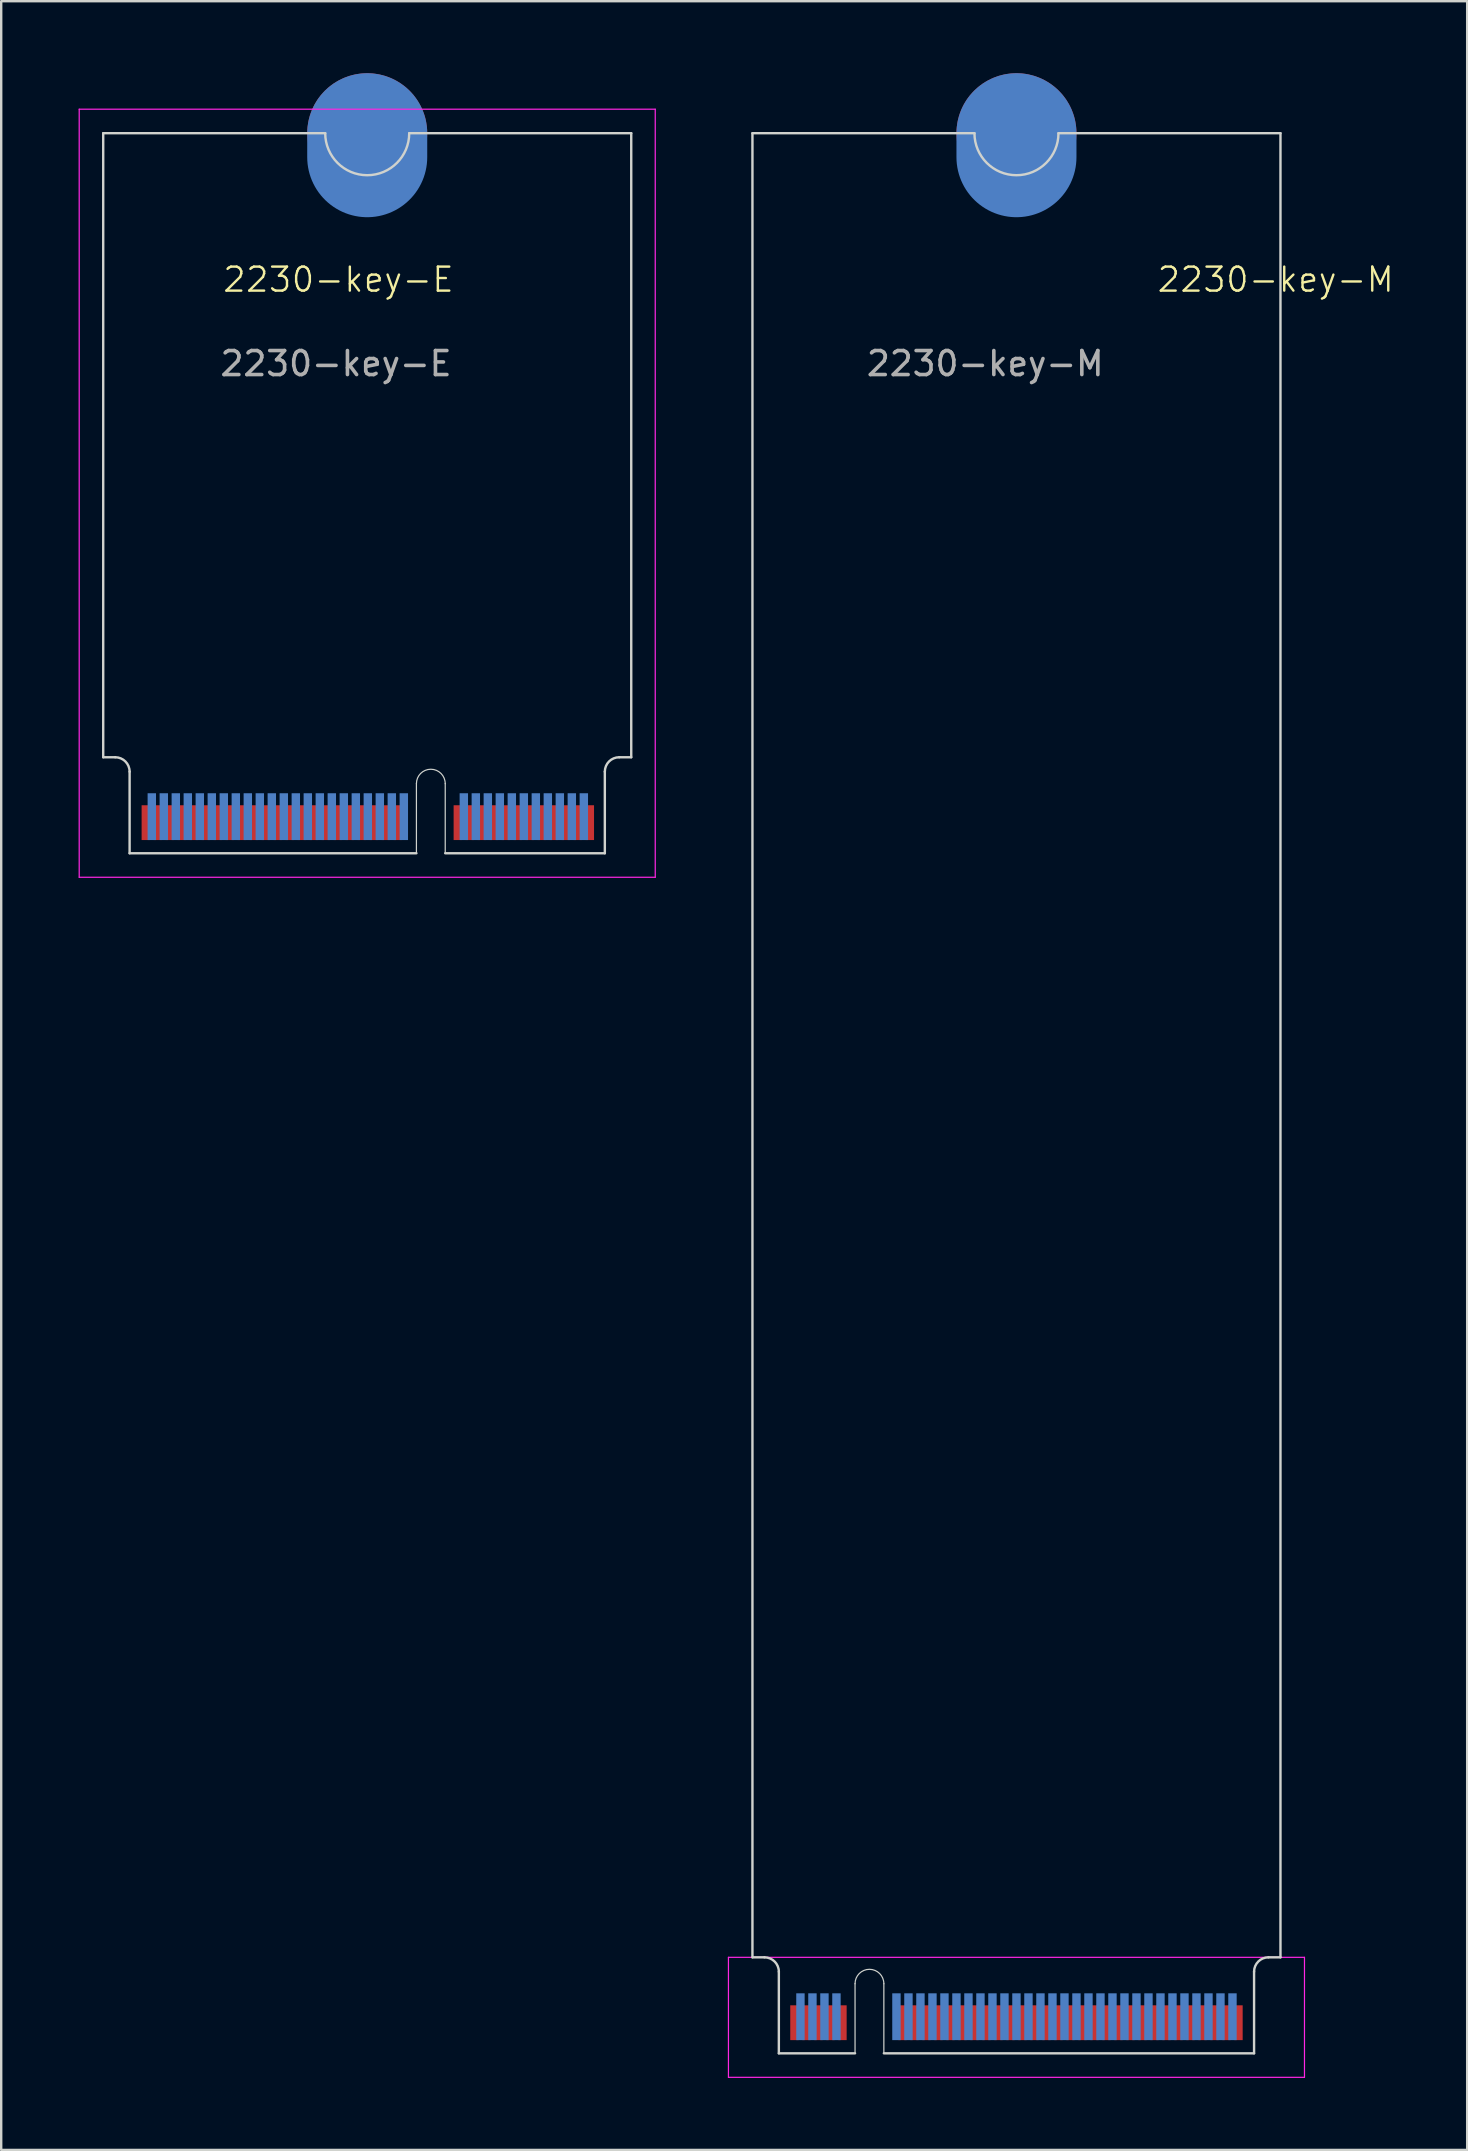
<source format=kicad_pcb>
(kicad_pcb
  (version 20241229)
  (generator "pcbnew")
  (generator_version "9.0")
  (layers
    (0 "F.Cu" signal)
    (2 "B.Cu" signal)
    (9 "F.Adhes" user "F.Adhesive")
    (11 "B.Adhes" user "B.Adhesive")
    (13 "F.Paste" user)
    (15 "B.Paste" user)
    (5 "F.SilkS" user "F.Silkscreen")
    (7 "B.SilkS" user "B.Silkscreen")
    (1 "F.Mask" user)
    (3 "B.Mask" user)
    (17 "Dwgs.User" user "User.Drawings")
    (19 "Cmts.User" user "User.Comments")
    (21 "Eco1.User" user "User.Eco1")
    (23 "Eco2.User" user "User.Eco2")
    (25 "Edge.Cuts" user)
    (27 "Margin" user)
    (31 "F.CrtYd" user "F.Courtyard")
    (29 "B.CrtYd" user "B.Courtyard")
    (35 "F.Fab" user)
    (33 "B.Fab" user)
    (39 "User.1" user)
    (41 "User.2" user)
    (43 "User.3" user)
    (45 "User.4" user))
  (footprint "2230-key-M"
    (layer "F.Cu")
    (at 39.3 1.5)
    (property "Reference" "2230-key-M" (at 10.8 7.1 0) (unlocked yes) (layer "F.SilkS") (effects (font (size 1 1) (thickness 0.1))))
    (attr smd)
    (fp_line (start -11 1) (end -11 77) (stroke (width 0.1) (type solid)) (layer "Edge.Cuts"))
    (fp_line (start -11 1) (end -1.75 1) (stroke (width 0.1) (type default)) (layer "Edge.Cuts"))
    (fp_line (start -11 77) (end -10.5 77) (stroke (width 0.1) (type default)) (layer "Edge.Cuts"))
    (fp_line (start -9.9 77.6) (end -9.9 81) (stroke (width 0.1) (type default)) (layer "Edge.Cuts"))
    (fp_line (start -9.9 81) (end -6.725 81) (stroke (width 0.1) (type solid)) (layer "Edge.Cuts"))
    (fp_line (start -6.725 81) (end -6.725 78.1) (stroke (width 0.05) (type default)) (layer "Edge.Cuts"))
    (fp_line (start -5.525 78.1) (end -5.525 81) (stroke (width 0.05) (type default)) (layer "Edge.Cuts"))
    (fp_line (start -5.525 81) (end 9.9 81) (stroke (width 0.1) (type solid)) (layer "Edge.Cuts"))
    (fp_line (start 9.9 77.6) (end 9.9 81) (stroke (width 0.1) (type default)) (layer "Edge.Cuts"))
    (fp_line (start 11 1) (end 1.75 1) (stroke (width 0.1) (type default)) (layer "Edge.Cuts"))
    (fp_line (start 11 1) (end 11 77) (stroke (width 0.1) (type solid)) (layer "Edge.Cuts"))
    (fp_line (start 11 77) (end 10.5 77) (stroke (width 0.1) (type default)) (layer "Edge.Cuts"))
    (fp_arc (start -10.5 77) (mid -10.075736 77.175736) (end -9.9 77.6) (stroke (width 0.1) (type default)) (layer "Edge.Cuts"))
    (fp_arc (start -6.725 78.1) (mid -6.125 77.5) (end -5.525 78.1) (stroke (width 0.05) (type default)) (layer "Edge.Cuts"))
    (fp_arc (start 1.75 1) (mid 0 2.75) (end -1.75 1) (stroke (width 0.1) (type default)) (layer "Edge.Cuts"))
    (fp_arc (start 9.9 77.6) (mid 10.075736 77.175736) (end 10.5 77) (stroke (width 0.1) (type default)) (layer "Edge.Cuts"))
    (fp_line (start -12 77) (end -12 82) (stroke (width 0.05) (type solid)) (layer "F.CrtYd"))
    (fp_line (start -12 82) (end 12 82) (stroke (width 0.05) (type default)) (layer "F.CrtYd"))
    (fp_line (start 12 77) (end -12 77) (stroke (width 0.05) (type default)) (layer "F.CrtYd"))
    (fp_line (start 12 82) (end 12 77) (stroke (width 0.05) (type solid)) (layer "F.CrtYd"))
    (fp_text user "${REFERENCE}" (at -1.3 10.6 0) (unlocked yes) (layer "F.Fab") (effects (font (size 1 1) (thickness 0.15))))
    (pad "1" connect rect (at 9.25 79.725) (size 0.35 1.45) (layers "F.Cu" "F.Mask"))
    (pad "2" connect rect (at 9 79.475) (size 0.35 1.95) (layers "B.Cu" "B.Mask"))
    (pad "3" connect rect (at 8.75 79.725) (size 0.35 1.45) (layers "F.Cu" "F.Mask"))
    (pad "4" connect rect (at 8.5 79.475) (size 0.35 1.95) (layers "B.Cu" "B.Mask"))
    (pad "5" connect rect (at 8.25 79.725) (size 0.35 1.45) (layers "F.Cu" "F.Mask"))
    (pad "6" connect rect (at 8 79.475) (size 0.35 1.95) (layers "B.Cu" "B.Mask"))
    (pad "7" connect rect (at 7.75 79.725) (size 0.35 1.45) (layers "F.Cu" "F.Mask"))
    (pad "8" connect rect (at 7.5 79.475) (size 0.35 1.95) (layers "B.Cu" "B.Mask"))
    (pad "9" connect rect (at 7.25 79.725) (size 0.35 1.45) (layers "F.Cu" "F.Mask"))
    (pad "10" connect rect (at 7 79.475) (size 0.35 1.95) (layers "B.Cu" "B.Mask"))
    (pad "11" connect rect (at 6.75 79.725) (size 0.35 1.45) (layers "F.Cu" "F.Mask"))
    (pad "12" connect rect (at 6.5 79.475) (size 0.35 1.95) (layers "B.Cu" "B.Mask"))
    (pad "13" connect rect (at 6.25 79.725) (size 0.35 1.45) (layers "F.Cu" "F.Mask"))
    (pad "14" connect rect (at 6 79.475) (size 0.35 1.95) (layers "B.Cu" "B.Mask"))
    (pad "15" connect rect (at 5.75 79.725) (size 0.35 1.45) (layers "F.Cu" "F.Mask"))
    (pad "16" connect rect (at 5.5 79.475) (size 0.35 1.95) (layers "B.Cu" "B.Mask"))
    (pad "17" connect rect (at 5.25 79.725) (size 0.35 1.45) (layers "F.Cu" "F.Mask"))
    (pad "18" connect rect (at 5 79.475) (size 0.35 1.95) (layers "B.Cu" "B.Mask"))
    (pad "19" connect rect (at 4.75 79.725) (size 0.35 1.45) (layers "F.Cu" "F.Mask"))
    (pad "20" connect rect (at 4.5 79.475) (size 0.35 1.95) (layers "B.Cu" "B.Mask"))
    (pad "21" connect rect (at 4.25 79.725) (size 0.35 1.45) (layers "F.Cu" "F.Mask"))
    (pad "22" connect rect (at 4 79.475) (size 0.35 1.95) (layers "B.Cu" "B.Mask"))
    (pad "23" connect rect (at 3.75 79.725) (size 0.35 1.45) (layers "F.Cu" "F.Mask"))
    (pad "24" connect rect (at 3.5 79.475) (size 0.35 1.95) (layers "B.Cu" "B.Mask"))
    (pad "25" connect rect (at 3.25 79.725) (size 0.35 1.45) (layers "F.Cu" "F.Mask"))
    (pad "26" connect rect (at 3 79.475) (size 0.35 1.95) (layers "B.Cu" "B.Mask"))
    (pad "27" connect rect (at 2.75 79.725) (size 0.35 1.45) (layers "F.Cu" "F.Mask"))
    (pad "28" connect rect (at 2.5 79.475) (size 0.35 1.95) (layers "B.Cu" "B.Mask"))
    (pad "29" connect rect (at 2.25 79.725) (size 0.35 1.45) (layers "F.Cu" "F.Mask"))
    (pad "30" connect rect (at 2 79.475) (size 0.35 1.95) (layers "B.Cu" "B.Mask"))
    (pad "31" connect rect (at 1.75 79.725) (size 0.35 1.45) (layers "F.Cu" "F.Mask"))
    (pad "32" connect rect (at 1.5 79.475) (size 0.35 1.95) (layers "B.Cu" "B.Mask"))
    (pad "33" connect rect (at 1.25 79.725) (size 0.35 1.45) (layers "F.Cu" "F.Mask"))
    (pad "34" connect rect (at 1 79.475) (size 0.35 1.95) (layers "B.Cu" "B.Mask"))
    (pad "35" connect rect (at 0.75 79.725) (size 0.35 1.45) (layers "F.Cu" "F.Mask"))
    (pad "36" connect rect (at 0.5 79.475) (size 0.35 1.95) (layers "B.Cu" "B.Mask"))
    (pad "37" connect rect (at 0.25 79.725) (size 0.35 1.45) (layers "F.Cu" "F.Mask"))
    (pad "38" connect rect (at 0 79.475) (size 0.35 1.95) (layers "B.Cu" "B.Mask"))
    (pad "39" connect rect (at -0.25 79.725) (size 0.35 1.45) (layers "F.Cu" "F.Mask"))
    (pad "40" connect rect (at -0.5 79.475) (size 0.35 1.95) (layers "B.Cu" "B.Mask"))
    (pad "41" connect rect (at -0.75 79.725) (size 0.35 1.45) (layers "F.Cu" "F.Mask"))
    (pad "42" connect rect (at -1 79.475) (size 0.35 1.95) (layers "B.Cu" "B.Mask"))
    (pad "43" connect rect (at -1.25 79.725) (size 0.35 1.45) (layers "F.Cu" "F.Mask"))
    (pad "44" connect rect (at -1.5 79.475) (size 0.35 1.95) (layers "B.Cu" "B.Mask"))
    (pad "45" connect rect (at -1.75 79.725) (size 0.35 1.45) (layers "F.Cu" "F.Mask"))
    (pad "46" connect rect (at -2 79.475) (size 0.35 1.95) (layers "B.Cu" "B.Mask"))
    (pad "47" connect rect (at -2.25 79.725) (size 0.35 1.45) (layers "F.Cu" "F.Mask"))
    (pad "48" connect rect (at -2.5 79.475) (size 0.35 1.95) (layers "B.Cu" "B.Mask"))
    (pad "49" connect rect (at -2.75 79.725) (size 0.35 1.45) (layers "F.Cu" "F.Mask"))
    (pad "50" connect rect (at -3 79.475) (size 0.35 1.95) (layers "B.Cu" "B.Mask"))
    (pad "51" connect rect (at -3.25 79.725) (size 0.35 1.45) (layers "F.Cu" "F.Mask"))
    (pad "52" connect rect (at -3.5 79.475) (size 0.35 1.95) (layers "B.Cu" "B.Mask"))
    (pad "53" connect rect (at -3.75 79.725) (size 0.35 1.45) (layers "F.Cu" "F.Mask"))
    (pad "54" connect rect (at -4 79.475) (size 0.35 1.95) (layers "B.Cu" "B.Mask"))
    (pad "55" connect rect (at -4.25 79.725) (size 0.35 1.45) (layers "F.Cu" "F.Mask"))
    (pad "56" connect rect (at -4.5 79.475) (size 0.35 1.95) (layers "B.Cu" "B.Mask"))
    (pad "57" connect rect (at -4.75 79.725) (size 0.35 1.45) (layers "F.Cu" "F.Mask"))
    (pad "58" connect rect (at -5 79.475) (size 0.35 1.95) (layers "B.Cu" "B.Mask"))
    (pad "67" connect rect (at -7.25 79.725) (size 0.35 1.45) (layers "F.Cu" "F.Mask"))
    (pad "68" connect rect (at -7.5 79.475) (size 0.35 1.95) (layers "B.Cu" "B.Mask"))
    (pad "69" connect rect (at -7.75 79.725) (size 0.35 1.45) (layers "F.Cu" "F.Mask"))
    (pad "70" connect rect (at -8 79.475) (size 0.35 1.95) (layers "B.Cu" "B.Mask"))
    (pad "71" connect rect (at -8.25 79.725) (size 0.35 1.45) (layers "F.Cu" "F.Mask"))
    (pad "72" connect rect (at -8.5 79.475) (size 0.35 1.95) (layers "B.Cu" "B.Mask"))
    (pad "73" connect rect (at -8.75 79.725) (size 0.35 1.45) (layers "F.Cu" "F.Mask"))
    (pad "74" connect rect (at -9 79.475) (size 0.35 1.95) (layers "B.Cu" "B.Mask"))
    (pad "75" connect rect (at -9.25 79.725) (size 0.35 1.45) (layers "F.Cu" "F.Mask"))
    (pad "76" connect circle (at 0 1) (size 5 5) (layers "F.Cu" "F.Mask"))
    (pad "77" connect oval (at 0 1.5) (size 5 6) (layers "B.Cu" "B.Mask")))
  (footprint "2230-key-E"
    (layer "F.Cu")
    (at 0.25 1.5)
    (property "Reference" "2230-key-E" (at 10.8 7.1 0) (unlocked yes) (layer "F.SilkS") (effects (font (size 1 1) (thickness 0.1))))
    (attr smd)
    (fp_line (start 1 1) (end 1 27) (stroke (width 0.1) (type default)) (layer "Edge.Cuts"))
    (fp_line (start 1 1) (end 10.25 1) (stroke (width 0.1) (type default)) (layer "Edge.Cuts"))
    (fp_line (start 1 27) (end 1.5 27) (stroke (width 0.1) (type default)) (layer "Edge.Cuts"))
    (fp_line (start 2.1 27.6) (end 2.1 31) (stroke (width 0.1) (type default)) (layer "Edge.Cuts"))
    (fp_line (start 2.1 31) (end 14.05 31) (stroke (width 0.1) (type default)) (layer "Edge.Cuts"))
    (fp_line (start 14.05 31) (end 14.05 28.1) (stroke (width 0.05) (type default)) (layer "Edge.Cuts"))
    (fp_line (start 15.25 28.1) (end 15.25 31) (stroke (width 0.05) (type default)) (layer "Edge.Cuts"))
    (fp_line (start 15.25 31) (end 21.9 31) (stroke (width 0.1) (type default)) (layer "Edge.Cuts"))
    (fp_line (start 21.9 27.6) (end 21.9 31) (stroke (width 0.1) (type default)) (layer "Edge.Cuts"))
    (fp_line (start 23 1) (end 13.75 1) (stroke (width 0.1) (type default)) (layer "Edge.Cuts"))
    (fp_line (start 23 1) (end 23 27) (stroke (width 0.1) (type default)) (layer "Edge.Cuts"))
    (fp_line (start 23 27) (end 22.5 27) (stroke (width 0.1) (type default)) (layer "Edge.Cuts"))
    (fp_arc (start 1.5 27) (mid 1.924264 27.175736) (end 2.1 27.6) (stroke (width 0.1) (type default)) (layer "Edge.Cuts"))
    (fp_arc (start 13.75 1) (mid 12 2.75) (end 10.25 1) (stroke (width 0.1) (type default)) (layer "Edge.Cuts"))
    (fp_arc (start 14.05 28.1) (mid 14.65 27.5) (end 15.25 28.1) (stroke (width 0.05) (type default)) (layer "Edge.Cuts"))
    (fp_arc (start 21.9 27.6) (mid 22.075736 27.175736) (end 22.5 27) (stroke (width 0.1) (type default)) (layer "Edge.Cuts"))
    (fp_line (start 0 0) (end 0 32) (stroke (width 0.05) (type default)) (layer "F.CrtYd"))
    (fp_line (start 0 32) (end 24 32) (stroke (width 0.05) (type default)) (layer "F.CrtYd"))
    (fp_line (start 24 0) (end 0 0) (stroke (width 0.05) (type default)) (layer "F.CrtYd"))
    (fp_line (start 24 32) (end 24 0) (stroke (width 0.05) (type default)) (layer "F.CrtYd"))
    (fp_text user "${REFERENCE}" (at 10.7 10.6 0) (unlocked yes) (layer "F.Fab") (effects (font (size 1 1) (thickness 0.15))))
    (pad "1" connect rect (at 21.275 29.725) (size 0.35 1.45) (layers "F.Cu" "F.Mask"))
    (pad "2" connect rect (at 21.025 29.475) (size 0.35 1.95) (layers "B.Cu" "B.Mask"))
    (pad "3" connect rect (at 20.775 29.725) (size 0.35 1.45) (layers "F.Cu" "F.Mask"))
    (pad "4" connect rect (at 20.525 29.475) (size 0.35 1.95) (layers "B.Cu" "B.Mask"))
    (pad "5" connect rect (at 20.275 29.725) (size 0.35 1.45) (layers "F.Cu" "F.Mask"))
    (pad "6" connect rect (at 20.025 29.475) (size 0.35 1.95) (layers "B.Cu" "B.Mask"))
    (pad "7" connect rect (at 19.775 29.725) (size 0.35 1.45) (layers "F.Cu" "F.Mask"))
    (pad "8" connect rect (at 19.525 29.475) (size 0.35 1.95) (layers "B.Cu" "B.Mask"))
    (pad "9" connect rect (at 19.275 29.725) (size 0.35 1.45) (layers "F.Cu" "F.Mask"))
    (pad "10" connect rect (at 19.025 29.475) (size 0.35 1.95) (layers "B.Cu" "B.Mask"))
    (pad "11" connect rect (at 18.775 29.725) (size 0.35 1.45) (layers "F.Cu" "F.Mask"))
    (pad "12" connect rect (at 18.525 29.475) (size 0.35 1.95) (layers "B.Cu" "B.Mask"))
    (pad "13" connect rect (at 18.275 29.725) (size 0.35 1.45) (layers "F.Cu" "F.Mask"))
    (pad "14" connect rect (at 18.025 29.475) (size 0.35 1.95) (layers "B.Cu" "B.Mask"))
    (pad "15" connect rect (at 17.775 29.725) (size 0.35 1.45) (layers "F.Cu" "F.Mask"))
    (pad "16" connect rect (at 17.525 29.475) (size 0.35 1.95) (layers "B.Cu" "B.Mask"))
    (pad "17" connect rect (at 17.275 29.725) (size 0.35 1.45) (layers "F.Cu" "F.Mask"))
    (pad "18" connect rect (at 17.025 29.475) (size 0.35 1.95) (layers "B.Cu" "B.Mask"))
    (pad "19" connect rect (at 16.775 29.725) (size 0.35 1.45) (layers "F.Cu" "F.Mask"))
    (pad "20" connect rect (at 16.525 29.475) (size 0.35 1.95) (layers "B.Cu" "B.Mask"))
    (pad "21" connect rect (at 16.275 29.725) (size 0.35 1.45) (layers "F.Cu" "F.Mask"))
    (pad "22" connect rect (at 16.025 29.475) (size 0.35 1.95) (layers "B.Cu" "B.Mask"))
    (pad "23" connect rect (at 15.775 29.725) (size 0.35 1.45) (layers "F.Cu" "F.Mask"))
    (pad "32" connect rect (at 13.525 29.475) (size 0.35 1.95) (layers "B.Cu" "B.Mask"))
    (pad "33" connect rect (at 13.275 29.725) (size 0.35 1.45) (layers "F.Cu" "F.Mask"))
    (pad "34" connect rect (at 13.025 29.475) (size 0.35 1.95) (layers "B.Cu" "B.Mask"))
    (pad "35" connect rect (at 12.775 29.725) (size 0.35 1.45) (layers "F.Cu" "F.Mask"))
    (pad "36" connect rect (at 12.525 29.475) (size 0.35 1.95) (layers "B.Cu" "B.Mask"))
    (pad "37" connect rect (at 12.275 29.725) (size 0.35 1.45) (layers "F.Cu" "F.Mask"))
    (pad "38" connect rect (at 12.025 29.475) (size 0.35 1.95) (layers "B.Cu" "B.Mask"))
    (pad "39" connect rect (at 11.775 29.725) (size 0.35 1.45) (layers "F.Cu" "F.Mask"))
    (pad "40" connect rect (at 11.525 29.475) (size 0.35 1.95) (layers "B.Cu" "B.Mask"))
    (pad "41" connect rect (at 11.275 29.725) (size 0.35 1.45) (layers "F.Cu" "F.Mask"))
    (pad "42" connect rect (at 11.025 29.475) (size 0.35 1.95) (layers "B.Cu" "B.Mask"))
    (pad "43" connect rect (at 10.775 29.725) (size 0.35 1.45) (layers "F.Cu" "F.Mask"))
    (pad "44" connect rect (at 10.525 29.475) (size 0.35 1.95) (layers "B.Cu" "B.Mask"))
    (pad "45" connect rect (at 10.275 29.725) (size 0.35 1.45) (layers "F.Cu" "F.Mask"))
    (pad "46" connect rect (at 10.025 29.475) (size 0.35 1.95) (layers "B.Cu" "B.Mask"))
    (pad "47" connect rect (at 9.775 29.725) (size 0.35 1.45) (layers "F.Cu" "F.Mask"))
    (pad "48" connect rect (at 9.525 29.475) (size 0.35 1.95) (layers "B.Cu" "B.Mask"))
    (pad "49" connect rect (at 9.275 29.725) (size 0.35 1.45) (layers "F.Cu" "F.Mask"))
    (pad "50" connect rect (at 9.025 29.475) (size 0.35 1.95) (layers "B.Cu" "B.Mask"))
    (pad "51" connect rect (at 8.775 29.725) (size 0.35 1.45) (layers "F.Cu" "F.Mask"))
    (pad "52" connect rect (at 8.525 29.475) (size 0.35 1.95) (layers "B.Cu" "B.Mask"))
    (pad "53" connect rect (at 8.275 29.725) (size 0.35 1.45) (layers "F.Cu" "F.Mask"))
    (pad "54" connect rect (at 8.025 29.475) (size 0.35 1.95) (layers "B.Cu" "B.Mask"))
    (pad "55" connect rect (at 7.775 29.725) (size 0.35 1.45) (layers "F.Cu" "F.Mask"))
    (pad "56" connect rect (at 7.525 29.475) (size 0.35 1.95) (layers "B.Cu" "B.Mask"))
    (pad "57" connect rect (at 7.275 29.725) (size 0.35 1.45) (layers "F.Cu" "F.Mask"))
    (pad "58" connect rect (at 7.025 29.475) (size 0.35 1.95) (layers "B.Cu" "B.Mask"))
    (pad "59" connect rect (at 6.775 29.725) (size 0.35 1.45) (layers "F.Cu" "F.Mask"))
    (pad "60" connect rect (at 6.525 29.475) (size 0.35 1.95) (layers "B.Cu" "B.Mask"))
    (pad "61" connect rect (at 6.275 29.725) (size 0.35 1.45) (layers "F.Cu" "F.Mask"))
    (pad "62" connect rect (at 6.025 29.475) (size 0.35 1.95) (layers "B.Cu" "B.Mask"))
    (pad "63" connect rect (at 5.775 29.725) (size 0.35 1.45) (layers "F.Cu" "F.Mask"))
    (pad "64" connect rect (at 5.525 29.475) (size 0.35 1.95) (layers "B.Cu" "B.Mask"))
    (pad "65" connect rect (at 5.275 29.725) (size 0.35 1.45) (layers "F.Cu" "F.Mask"))
    (pad "66" connect rect (at 5.025 29.475) (size 0.35 1.95) (layers "B.Cu" "B.Mask"))
    (pad "67" connect rect (at 4.775 29.725) (size 0.35 1.45) (layers "F.Cu" "F.Mask"))
    (pad "68" connect rect (at 4.525 29.475) (size 0.35 1.95) (layers "B.Cu" "B.Mask"))
    (pad "69" connect rect (at 4.275 29.725) (size 0.35 1.45) (layers "F.Cu" "F.Mask"))
    (pad "70" connect rect (at 4.025 29.475) (size 0.35 1.95) (layers "B.Cu" "B.Mask"))
    (pad "71" connect rect (at 3.775 29.725) (size 0.35 1.45) (layers "F.Cu" "F.Mask"))
    (pad "72" connect rect (at 3.525 29.475) (size 0.35 1.95) (layers "B.Cu" "B.Mask"))
    (pad "73" connect rect (at 3.275 29.725) (size 0.35 1.45) (layers "F.Cu" "F.Mask"))
    (pad "74" connect rect (at 3.025 29.475) (size 0.35 1.95) (layers "B.Cu" "B.Mask"))
    (pad "75" connect rect (at 2.775 29.725) (size 0.35 1.45) (layers "F.Cu" "F.Mask"))
    (pad "76" connect circle (at 12 1) (size 5 5) (layers "F.Cu" "F.Mask"))
    (pad "77" connect oval (at 12 1.5) (size 5 6) (layers "B.Cu" "B.Mask")))
  (gr_rect
    (start -3 -3)
    (end 58.079 86.525)
    (stroke (width 0.1) (type default))
    (fill no)
    (layer "Edge.Cuts")))
</source>
